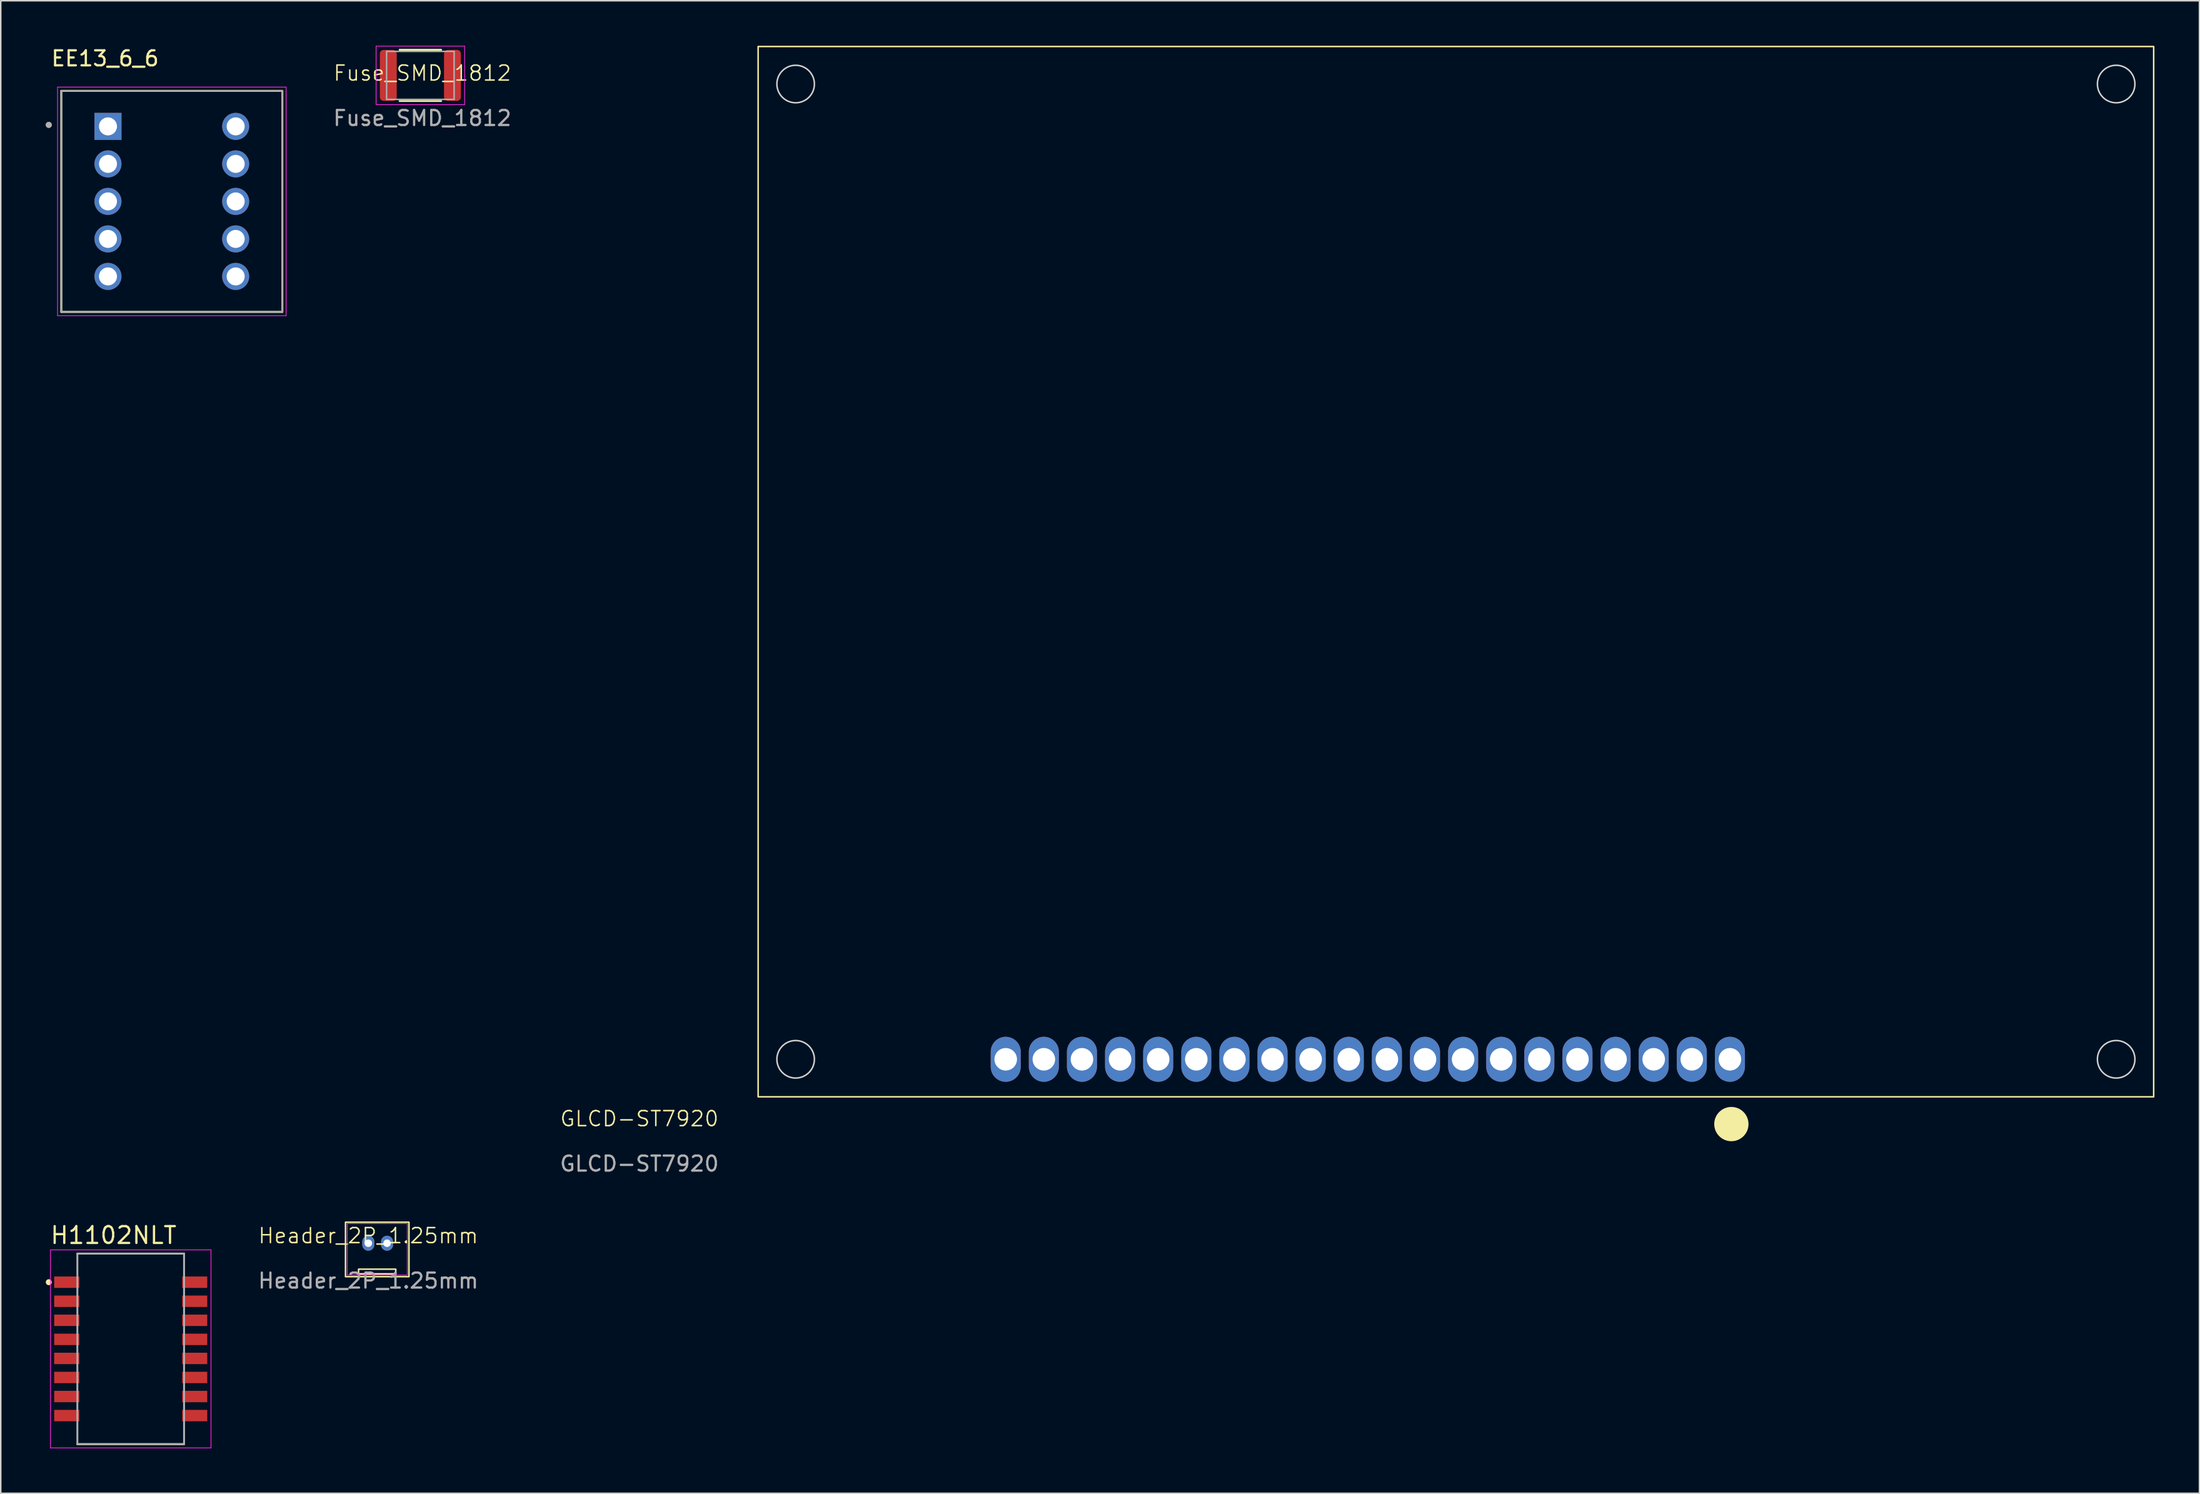
<source format=kicad_pcb>
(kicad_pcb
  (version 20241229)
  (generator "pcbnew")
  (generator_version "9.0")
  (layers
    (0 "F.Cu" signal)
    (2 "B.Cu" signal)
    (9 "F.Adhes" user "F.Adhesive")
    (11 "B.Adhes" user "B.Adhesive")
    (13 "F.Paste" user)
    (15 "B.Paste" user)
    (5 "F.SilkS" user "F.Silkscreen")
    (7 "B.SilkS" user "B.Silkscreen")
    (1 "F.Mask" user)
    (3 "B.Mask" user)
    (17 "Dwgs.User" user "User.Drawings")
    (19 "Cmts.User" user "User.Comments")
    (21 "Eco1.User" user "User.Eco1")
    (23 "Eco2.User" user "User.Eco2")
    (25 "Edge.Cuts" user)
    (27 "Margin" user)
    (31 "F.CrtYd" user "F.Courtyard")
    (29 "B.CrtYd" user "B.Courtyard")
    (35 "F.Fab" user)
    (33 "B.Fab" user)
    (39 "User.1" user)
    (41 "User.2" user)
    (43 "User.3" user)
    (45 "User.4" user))
  (footprint "Fuse_SMD_1812"
    (layer "F.Cu")
    (at 25.094 2.325)
    (property "Reference" "Fuse_SMD_1812" (at 0 -0.5 0) (unlocked yes) (layer "F.SilkS") (effects (font (size 1 1) (thickness 0.1))))
    (attr smd)
    (fp_line (start -1.517 -2.06) (end 1.256 -2.06) (stroke (width 0.12) (type solid)) (layer "F.SilkS"))
    (fp_line (start -1.517 1.36) (end 1.256 1.36) (stroke (width 0.12) (type solid)) (layer "F.SilkS"))
    (fp_line (start -3.081 -2.3) (end 2.819 -2.3) (stroke (width 0.05) (type solid)) (layer "F.CrtYd"))
    (fp_line (start -3.081 1.6) (end -3.081 -2.3) (stroke (width 0.05) (type solid)) (layer "F.CrtYd"))
    (fp_line (start 2.819 -2.3) (end 2.819 1.6) (stroke (width 0.05) (type solid)) (layer "F.CrtYd"))
    (fp_line (start 2.819 1.6) (end -3.081 1.6) (stroke (width 0.05) (type solid)) (layer "F.CrtYd"))
    (fp_line (start -2.381 -1.95) (end 2.119 -1.95) (stroke (width 0.1) (type solid)) (layer "F.Fab"))
    (fp_line (start -2.381 1.25) (end -2.381 -1.95) (stroke (width 0.1) (type solid)) (layer "F.Fab"))
    (fp_line (start 2.119 -1.95) (end 2.119 1.25) (stroke (width 0.1) (type solid)) (layer "F.Fab"))
    (fp_line (start 2.119 1.25) (end -2.381 1.25) (stroke (width 0.1) (type solid)) (layer "F.Fab"))
    (fp_text user "${REFERENCE}" (at 0 2.5 0) (unlocked yes) (layer "F.Fab") (effects (font (size 1 1) (thickness 0.15))))
    (pad "1" smd roundrect (at -2.268 -0.35) (size 1.125 3.4) (layers "F.Cu" "F.Mask" "F.Paste") (roundrect_rratio 0.222))
    (pad "2" smd roundrect (at 2.007 -0.35) (size 1.125 3.4) (layers "F.Cu" "F.Mask" "F.Paste") (roundrect_rratio 0.222)))
  (footprint "H1102NLT"
    (layer "F.Cu")
    (at 5.661 86.851)
    (property "Reference" "H1102NLT" (at -1.144 -7.573 0) (layer "F.SilkS") (effects (font (size 1.121 1.121) (thickness 0.15))))
    (attr smd)
    (fp_line (start -3.555 -6.35) (end 3.555 -6.35) (stroke (width 0.127) (type solid)) (layer "F.SilkS"))
    (fp_line (start -3.555 6.35) (end 3.555 6.35) (stroke (width 0.127) (type solid)) (layer "F.SilkS"))
    (fp_circle (center -5.461 -4.445) (end -5.361 -4.445) (stroke (width 0.2) (type solid)) (fill no) (layer "F.SilkS"))
    (fp_line (start -5.35 -6.6) (end -5.35 6.6) (stroke (width 0.05) (type solid)) (layer "F.CrtYd"))
    (fp_line (start -5.35 6.6) (end 5.35 6.6) (stroke (width 0.05) (type solid)) (layer "F.CrtYd"))
    (fp_line (start 5.35 -6.6) (end -5.35 -6.6) (stroke (width 0.05) (type solid)) (layer "F.CrtYd"))
    (fp_line (start 5.35 6.6) (end 5.35 -6.6) (stroke (width 0.05) (type solid)) (layer "F.CrtYd"))
    (fp_line (start -3.555 -6.35) (end 3.555 -6.35) (stroke (width 0.127) (type solid)) (layer "F.Fab"))
    (fp_line (start -3.555 6.35) (end -3.555 -6.35) (stroke (width 0.127) (type solid)) (layer "F.Fab"))
    (fp_line (start 3.555 -6.35) (end 3.555 6.35) (stroke (width 0.127) (type solid)) (layer "F.Fab"))
    (fp_line (start 3.555 6.35) (end -3.555 6.35) (stroke (width 0.127) (type solid)) (layer "F.Fab"))
    (pad "1" smd rect (at -4.265 -4.445) (size 1.67 0.76) (layers "F.Cu" "F.Mask" "F.Paste"))
    (pad "2" smd rect (at -4.265 -3.175) (size 1.67 0.76) (layers "F.Cu" "F.Mask" "F.Paste"))
    (pad "3" smd rect (at -4.265 -1.905) (size 1.67 0.76) (layers "F.Cu" "F.Mask" "F.Paste"))
    (pad "4" smd rect (at -4.265 -0.635) (size 1.67 0.76) (layers "F.Cu" "F.Mask" "F.Paste"))
    (pad "5" smd rect (at -4.265 0.635) (size 1.67 0.76) (layers "F.Cu" "F.Mask" "F.Paste"))
    (pad "6" smd rect (at -4.265 1.905) (size 1.67 0.76) (layers "F.Cu" "F.Mask" "F.Paste"))
    (pad "7" smd rect (at -4.265 3.175) (size 1.67 0.76) (layers "F.Cu" "F.Mask" "F.Paste"))
    (pad "8" smd rect (at -4.265 4.445) (size 1.67 0.76) (layers "F.Cu" "F.Mask" "F.Paste"))
    (pad "9" smd rect (at 4.265 4.445 180) (size 1.67 0.76) (layers "F.Cu" "F.Mask" "F.Paste"))
    (pad "10" smd rect (at 4.265 3.175 180) (size 1.67 0.76) (layers "F.Cu" "F.Mask" "F.Paste"))
    (pad "11" smd rect (at 4.265 1.905 180) (size 1.67 0.76) (layers "F.Cu" "F.Mask" "F.Paste"))
    (pad "12" smd rect (at 4.265 0.635 180) (size 1.67 0.76) (layers "F.Cu" "F.Mask" "F.Paste"))
    (pad "13" smd rect (at 4.265 -0.635 180) (size 1.67 0.76) (layers "F.Cu" "F.Mask" "F.Paste"))
    (pad "14" smd rect (at 4.265 -1.905 180) (size 1.67 0.76) (layers "F.Cu" "F.Mask" "F.Paste"))
    (pad "15" smd rect (at 4.265 -3.175 180) (size 1.67 0.76) (layers "F.Cu" "F.Mask" "F.Paste"))
    (pad "16" smd rect (at 4.265 -4.445 180) (size 1.67 0.76) (layers "F.Cu" "F.Mask" "F.Paste")))
  (footprint "Header_2P_1.25mm"
    (layer "F.Cu")
    (at 21.494 79.809)
    (property "Reference" "Header_2P_1.25mm" (at 0 -0.5 0) (unlocked yes) (layer "F.SilkS") (effects (font (size 1 1) (thickness 0.1))))
    (attr through_hole)
    (fp_rect (start -1.52 -1.4) (end 2.71 2.23) (stroke (width 0.1) (type default)) (fill no) (layer "F.SilkS"))
    (fp_rect (start -0.65 1.73) (end 1.83 2.04) (stroke (width 0.1) (type default)) (fill no) (layer "F.SilkS"))
    (fp_rect (start -1.4 -1.31) (end 2.6 2.12) (stroke (width 0.05) (type default)) (fill no) (layer "F.CrtYd"))
    (fp_text user "${REFERENCE}" (at 0 2.5 0) (unlocked yes) (layer "F.Fab") (effects (font (size 1 1) (thickness 0.15))))
    (pad "1" thru_hole oval (at 0 0) (size 0.8 1) (drill 0.5) (layers "*.Cu" "*.Mask"))
    (pad "2" thru_hole oval (at 1.25 0) (size 0.8 1) (drill 0.5) (layers "*.Cu" "*.Mask")))
  (footprint "GLCD-ST7920"
    (layer "F.Cu")
    (at 49.972 67.55)
    (property "Reference" "GLCD-ST7920" (at -10.414 3.961 0) (unlocked yes) (layer "F.SilkS") (effects (font (size 1 1) (thickness 0.1))))
    (attr through_hole)
    (fp_rect (start -2.388 -67.386) (end 90.399 2.388) (stroke (width 0.1) (type default)) (fill no) (layer "F.Mask"))
    (fp_rect (start -2.5 2.5) (end 90.5 -67.5) (stroke (width 0.1) (type default)) (fill no) (layer "F.SilkS"))
    (fp_circle (center 62.357 4.318) (end 63.449 4.318) (stroke (width 0.1) (type solid)) (fill yes) (layer "F.SilkS"))
    (fp_circle (center 0 -65) (end 1.25 -65) (stroke (width 0.1) (type default)) (fill no) (layer "Edge.Cuts"))
    (fp_circle (center 0 0) (end 1.25 0) (stroke (width 0.1) (type default)) (fill no) (layer "Edge.Cuts"))
    (fp_circle (center 88 -65) (end 89.25 -65) (stroke (width 0.1) (type default)) (fill no) (layer "Edge.Cuts"))
    (fp_circle (center 88 0) (end 89.25 0) (stroke (width 0.1) (type default)) (fill no) (layer "Edge.Cuts"))
    (fp_text user "${REFERENCE}" (at -10.414 6.961 0) (unlocked yes) (layer "F.Fab") (effects (font (size 1 1) (thickness 0.15))))
    (pad "1" thru_hole oval (at 62.26 0) (size 2 3) (drill 1.5) (layers "*.Cu" "*.Mask"))
    (pad "2" thru_hole oval (at 59.72 0) (size 2 3) (drill 1.5) (layers "*.Cu" "*.Mask"))
    (pad "3" thru_hole oval (at 57.18 0) (size 2 3) (drill 1.5) (layers "*.Cu" "*.Mask"))
    (pad "4" thru_hole oval (at 54.64 0) (size 2 3) (drill 1.5) (layers "*.Cu" "*.Mask"))
    (pad "5" thru_hole oval (at 52.1 0) (size 2 3) (drill 1.5) (layers "*.Cu" "*.Mask"))
    (pad "6" thru_hole oval (at 49.56 0) (size 2 3) (drill 1.5) (layers "*.Cu" "*.Mask"))
    (pad "7" thru_hole oval (at 47.02 0) (size 2 3) (drill 1.5) (layers "*.Cu" "*.Mask"))
    (pad "8" thru_hole oval (at 44.48 0) (size 2 3) (drill 1.5) (layers "*.Cu" "*.Mask"))
    (pad "9" thru_hole oval (at 41.94 0) (size 2 3) (drill 1.5) (layers "*.Cu" "*.Mask"))
    (pad "10" thru_hole oval (at 39.4 0) (size 2 3) (drill 1.5) (layers "*.Cu" "*.Mask"))
    (pad "11" thru_hole oval (at 36.86 0) (size 2 3) (drill 1.5) (layers "*.Cu" "*.Mask"))
    (pad "12" thru_hole oval (at 34.32 0) (size 2 3) (drill 1.5) (layers "*.Cu" "*.Mask"))
    (pad "13" thru_hole oval (at 31.78 0) (size 2 3) (drill 1.5) (layers "*.Cu" "*.Mask"))
    (pad "14" thru_hole oval (at 29.24 0) (size 2 3) (drill 1.5) (layers "*.Cu" "*.Mask"))
    (pad "15" thru_hole oval (at 26.7 0) (size 2 3) (drill 1.5) (layers "*.Cu" "*.Mask"))
    (pad "16" thru_hole oval (at 24.16 0) (size 2 3) (drill 1.5) (layers "*.Cu" "*.Mask"))
    (pad "17" thru_hole oval (at 21.62 0) (size 2 3) (drill 1.5) (layers "*.Cu" "*.Mask"))
    (pad "18" thru_hole oval (at 19.08 0) (size 2 3) (drill 1.5) (layers "*.Cu" "*.Mask"))
    (pad "19" thru_hole oval (at 16.54 0) (size 2 3) (drill 1.5) (layers "*.Cu" "*.Mask"))
    (pad "20" thru_hole oval (at 14 0) (size 2 3) (drill 1.5) (layers "*.Cu" "*.Mask")))
  (footprint "EE13_6_6"
    (layer "F.Cu")
    (at 8.4 10.373)
    (property "Reference" "EE13_6_6" (at -4.445 -9.525 0) (layer "F.SilkS") (effects (font (size 1 1) (thickness 0.15))))
    (attr through_hole)
    (fp_line (start -7.365 -7.365) (end 7.365 -7.365) (stroke (width 0.127) (type solid)) (layer "F.SilkS"))
    (fp_line (start -7.365 7.365) (end -7.365 -7.365) (stroke (width 0.127) (type solid)) (layer "F.SilkS"))
    (fp_line (start 7.365 -7.365) (end 7.365 7.365) (stroke (width 0.127) (type solid)) (layer "F.SilkS"))
    (fp_line (start 7.365 7.365) (end -7.365 7.365) (stroke (width 0.127) (type solid)) (layer "F.SilkS"))
    (fp_circle (center -8.2 -5.1) (end -8.1 -5.1) (stroke (width 0.2) (type solid)) (fill no) (layer "F.SilkS"))
    (fp_line (start -7.615 -7.615) (end 7.615 -7.615) (stroke (width 0.05) (type solid)) (layer "F.CrtYd"))
    (fp_line (start -7.615 7.615) (end -7.615 -7.615) (stroke (width 0.05) (type solid)) (layer "F.CrtYd"))
    (fp_line (start 7.615 -7.615) (end 7.615 7.615) (stroke (width 0.05) (type solid)) (layer "F.CrtYd"))
    (fp_line (start 7.615 7.615) (end -7.615 7.615) (stroke (width 0.05) (type solid)) (layer "F.CrtYd"))
    (fp_line (start -7.365 -7.365) (end 7.365 -7.365) (stroke (width 0.127) (type solid)) (layer "F.Fab"))
    (fp_line (start -7.365 7.365) (end -7.365 -7.365) (stroke (width 0.127) (type solid)) (layer "F.Fab"))
    (fp_line (start 7.365 -7.365) (end 7.365 7.365) (stroke (width 0.127) (type solid)) (layer "F.Fab"))
    (fp_line (start 7.365 7.365) (end -7.365 7.365) (stroke (width 0.127) (type solid)) (layer "F.Fab"))
    (fp_circle (center -8.2 -5.1) (end -8.1 -5.1) (stroke (width 0.2) (type solid)) (fill no) (layer "F.Fab"))
    (pad "1" thru_hole rect (at -4.255 -5) (size 1.8 1.8) (drill 1.2) (layers "*.Cu" "*.Mask"))
    (pad "2" thru_hole circle (at -4.255 -2.5) (size 1.8 1.8) (drill 1.2) (layers "*.Cu" "*.Mask"))
    (pad "3" thru_hole circle (at -4.255 0) (size 1.8 1.8) (drill 1.2) (layers "*.Cu" "*.Mask"))
    (pad "4" thru_hole circle (at -4.255 2.5) (size 1.8 1.8) (drill 1.2) (layers "*.Cu" "*.Mask"))
    (pad "5" thru_hole circle (at -4.255 5) (size 1.8 1.8) (drill 1.2) (layers "*.Cu" "*.Mask"))
    (pad "6" thru_hole circle (at 4.255 5) (size 1.8 1.8) (drill 1.2) (layers "*.Cu" "*.Mask"))
    (pad "7" thru_hole circle (at 4.255 2.5) (size 1.8 1.8) (drill 1.2) (layers "*.Cu" "*.Mask"))
    (pad "8" thru_hole circle (at 4.255 0) (size 1.8 1.8) (drill 1.2) (layers "*.Cu" "*.Mask"))
    (pad "9" thru_hole circle (at 4.255 -2.5) (size 1.8 1.8) (drill 1.2) (layers "*.Cu" "*.Mask"))
    (pad "10" thru_hole circle (at 4.255 -5) (size 1.8 1.8) (drill 1.2) (layers "*.Cu" "*.Mask")))
  (gr_rect
    (start -3 -3)
    (end 143.522 96.476)
    (stroke (width 0.1) (type default))
    (fill no)
    (layer "Edge.Cuts")))
</source>
